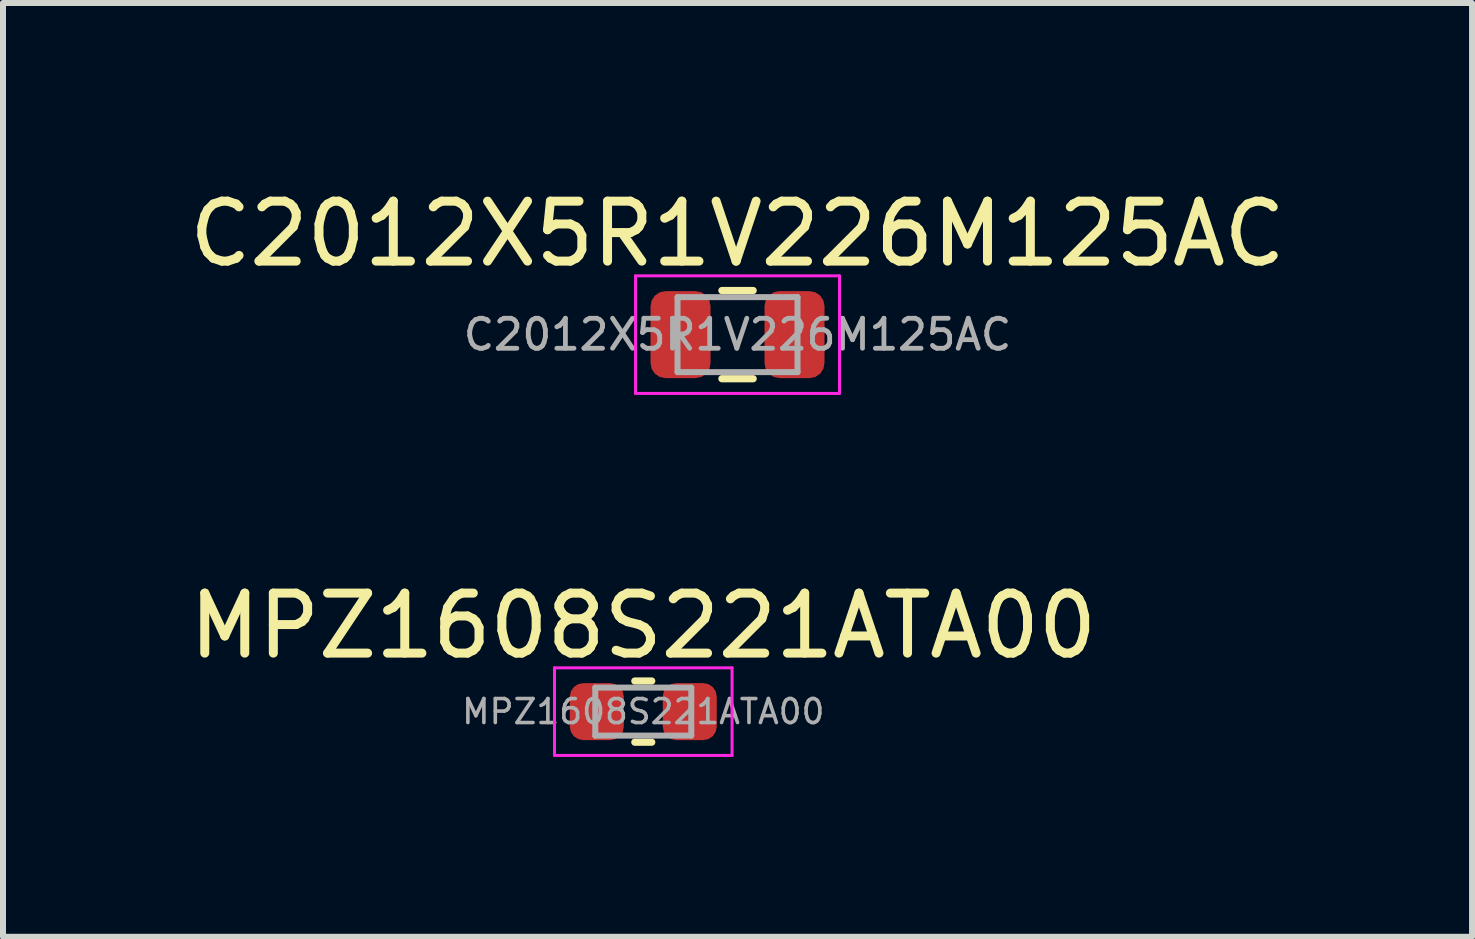
<source format=kicad_pcb>
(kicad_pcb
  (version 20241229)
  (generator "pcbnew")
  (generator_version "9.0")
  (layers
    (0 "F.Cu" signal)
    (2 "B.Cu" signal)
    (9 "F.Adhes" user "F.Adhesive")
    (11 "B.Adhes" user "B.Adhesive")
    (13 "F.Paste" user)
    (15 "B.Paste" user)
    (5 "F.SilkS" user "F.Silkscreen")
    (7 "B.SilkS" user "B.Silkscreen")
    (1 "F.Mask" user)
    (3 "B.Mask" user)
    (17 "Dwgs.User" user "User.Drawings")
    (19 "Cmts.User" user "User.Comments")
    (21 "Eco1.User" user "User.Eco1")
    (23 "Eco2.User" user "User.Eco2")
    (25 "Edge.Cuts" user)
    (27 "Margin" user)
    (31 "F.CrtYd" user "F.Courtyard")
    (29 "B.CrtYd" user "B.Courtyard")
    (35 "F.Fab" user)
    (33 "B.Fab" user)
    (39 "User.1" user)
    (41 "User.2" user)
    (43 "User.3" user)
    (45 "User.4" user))
  (footprint "MPZ1608S221ATA00"
    (layer "F.Cu")
    (at 7.673 8.812)
    (property "Reference" "MPZ1608S221ATA00" (at 0 -1.43 0) (layer "F.SilkS") (effects (font (size 1 1) (thickness 0.15))))
    (attr smd)
    (fp_line (start -0.141 -0.51) (end 0.141 -0.51) (stroke (width 0.12) (type solid)) (layer "F.SilkS"))
    (fp_line (start -0.141 0.51) (end 0.141 0.51) (stroke (width 0.12) (type solid)) (layer "F.SilkS"))
    (fp_line (start -1.48 -0.73) (end 1.48 -0.73) (stroke (width 0.05) (type solid)) (layer "F.CrtYd"))
    (fp_line (start -1.48 0.73) (end -1.48 -0.73) (stroke (width 0.05) (type solid)) (layer "F.CrtYd"))
    (fp_line (start 1.48 -0.73) (end 1.48 0.73) (stroke (width 0.05) (type solid)) (layer "F.CrtYd"))
    (fp_line (start 1.48 0.73) (end -1.48 0.73) (stroke (width 0.05) (type solid)) (layer "F.CrtYd"))
    (fp_line (start -0.8 -0.4) (end 0.8 -0.4) (stroke (width 0.1) (type solid)) (layer "F.Fab"))
    (fp_line (start -0.8 0.4) (end -0.8 -0.4) (stroke (width 0.1) (type solid)) (layer "F.Fab"))
    (fp_line (start 0.8 -0.4) (end 0.8 0.4) (stroke (width 0.1) (type solid)) (layer "F.Fab"))
    (fp_line (start 0.8 0.4) (end -0.8 0.4) (stroke (width 0.1) (type solid)) (layer "F.Fab"))
    (fp_text user "${REFERENCE}" (at 0 0 0) (layer "F.Fab") (effects (font (size 0.4 0.4) (thickness 0.06))))
    (pad "1" smd roundrect (at -0.775 0) (size 0.9 0.95) (layers "F.Cu" "F.Mask" "F.Paste") (roundrect_rratio 0.25))
    (pad "2" smd roundrect (at 0.775 0) (size 0.9 0.95) (layers "F.Cu" "F.Mask" "F.Paste") (roundrect_rratio 0.25)))
  (footprint "C2012X5R1V226M125AC"
    (layer "F.Cu")
    (at 9.244 2.528)
    (property "Reference" "C2012X5R1V226M125AC" (at 0 -1.68 0) (layer "F.SilkS") (effects (font (size 1 1) (thickness 0.15))))
    (attr smd)
    (fp_line (start -0.261 -0.735) (end 0.261 -0.735) (stroke (width 0.12) (type solid)) (layer "F.SilkS"))
    (fp_line (start -0.261 0.735) (end 0.261 0.735) (stroke (width 0.12) (type solid)) (layer "F.SilkS"))
    (fp_line (start -1.7 -0.98) (end 1.7 -0.98) (stroke (width 0.05) (type solid)) (layer "F.CrtYd"))
    (fp_line (start -1.7 0.98) (end -1.7 -0.98) (stroke (width 0.05) (type solid)) (layer "F.CrtYd"))
    (fp_line (start 1.7 -0.98) (end 1.7 0.98) (stroke (width 0.05) (type solid)) (layer "F.CrtYd"))
    (fp_line (start 1.7 0.98) (end -1.7 0.98) (stroke (width 0.05) (type solid)) (layer "F.CrtYd"))
    (fp_line (start -1 -0.625) (end 1 -0.625) (stroke (width 0.1) (type solid)) (layer "F.Fab"))
    (fp_line (start -1 0.625) (end -1 -0.625) (stroke (width 0.1) (type solid)) (layer "F.Fab"))
    (fp_line (start 1 -0.625) (end 1 0.625) (stroke (width 0.1) (type solid)) (layer "F.Fab"))
    (fp_line (start 1 0.625) (end -1 0.625) (stroke (width 0.1) (type solid)) (layer "F.Fab"))
    (fp_text user "${REFERENCE}" (at 0 0 0) (layer "F.Fab") (effects (font (size 0.5 0.5) (thickness 0.08))))
    (pad "1" smd roundrect (at -0.95 0) (size 1 1.45) (layers "F.Cu" "F.Mask" "F.Paste") (roundrect_rratio 0.25))
    (pad "2" smd roundrect (at 0.95 0) (size 1 1.45) (layers "F.Cu" "F.Mask" "F.Paste") (roundrect_rratio 0.25)))
  (gr_rect
    (start -3 -3)
    (end 21.488 12.566)
    (stroke (width 0.1) (type default))
    (fill no)
    (layer "Edge.Cuts")))
</source>
